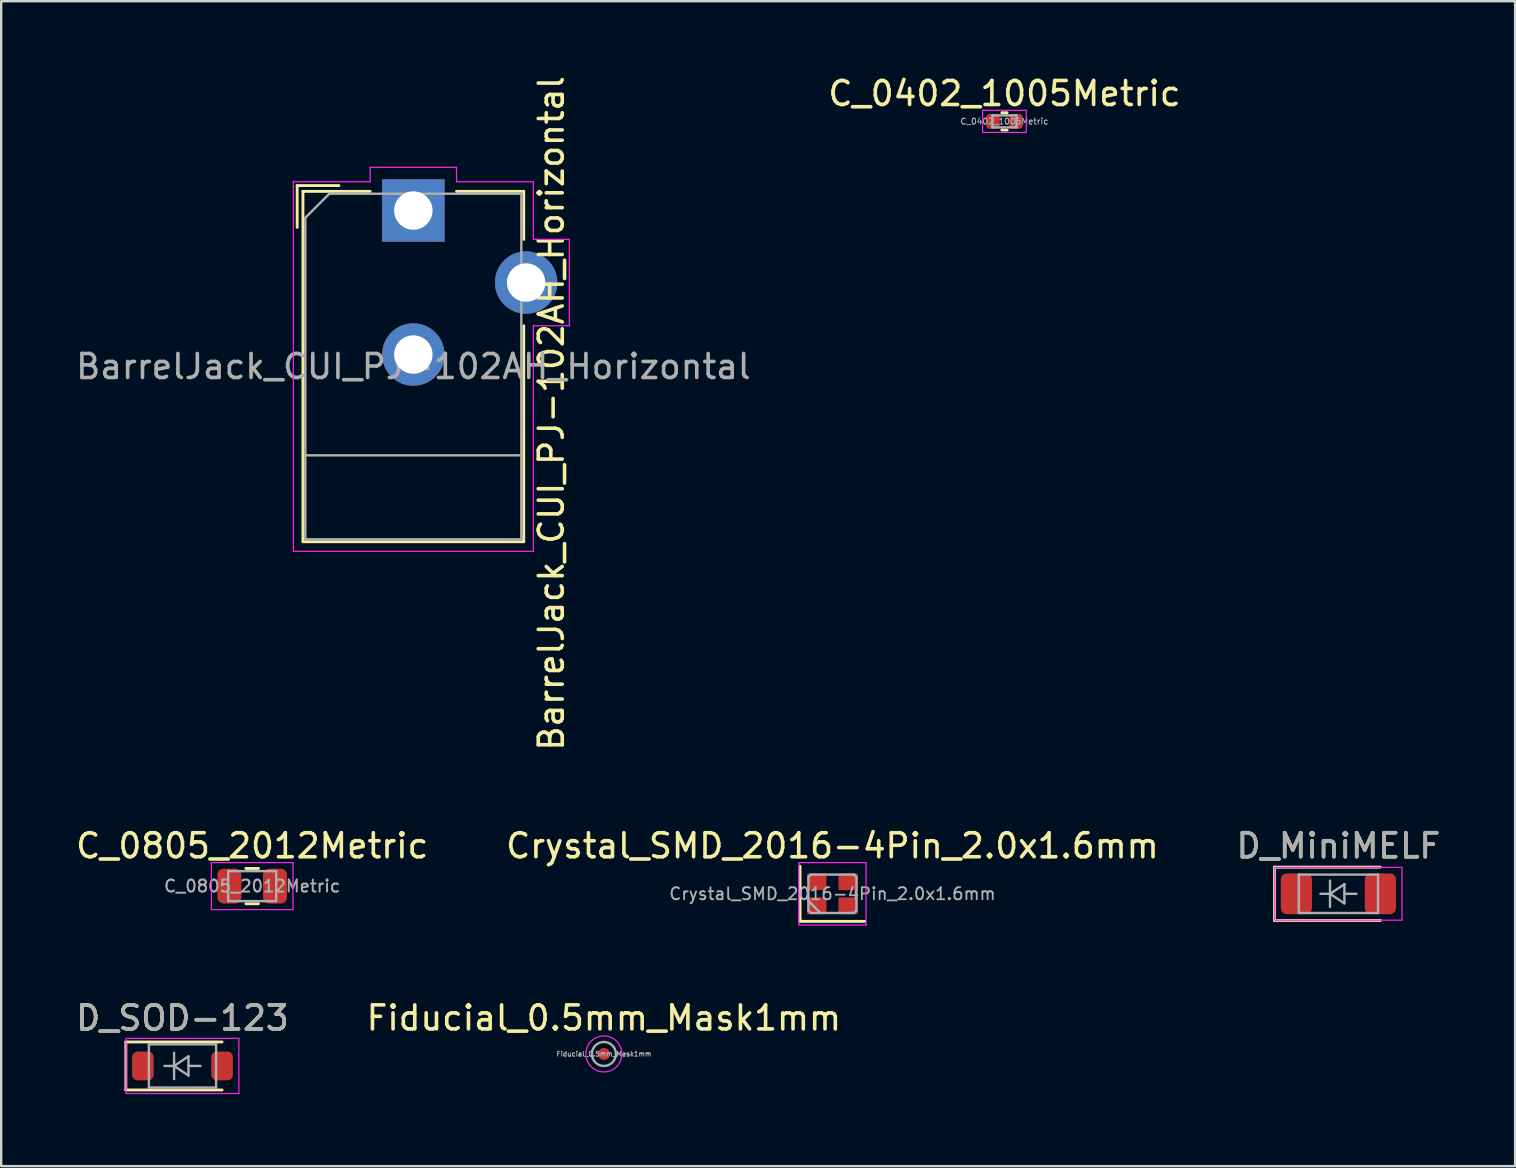
<source format=kicad_pcb>
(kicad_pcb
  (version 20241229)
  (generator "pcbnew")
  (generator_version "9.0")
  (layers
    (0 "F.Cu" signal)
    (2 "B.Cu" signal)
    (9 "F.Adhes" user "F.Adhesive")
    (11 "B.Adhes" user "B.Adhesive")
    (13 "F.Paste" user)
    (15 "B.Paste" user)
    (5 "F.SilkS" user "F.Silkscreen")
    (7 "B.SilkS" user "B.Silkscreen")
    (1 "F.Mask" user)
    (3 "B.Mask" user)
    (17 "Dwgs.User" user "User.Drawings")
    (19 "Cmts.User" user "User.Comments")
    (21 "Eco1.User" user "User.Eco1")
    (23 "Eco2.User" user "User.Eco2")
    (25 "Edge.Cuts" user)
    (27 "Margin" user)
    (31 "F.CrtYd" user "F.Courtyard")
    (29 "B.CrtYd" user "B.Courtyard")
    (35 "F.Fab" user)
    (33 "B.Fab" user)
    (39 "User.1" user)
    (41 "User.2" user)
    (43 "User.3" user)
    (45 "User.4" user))
  (footprint "Crystal_SMD_2016-4Pin_2.0x1.6mm"
    (layer "F.Cu")
    (at 31.637 34.193)
    (property "Reference" "Crystal_SMD_2016-4Pin_2.0x1.6mm" (at 0 -2 0) (layer "F.SilkS") (effects (font (size 1 1) (thickness 0.15))))
    (attr smd)
    (fp_line (start -1.35 -1.15) (end -1.35 1.15) (stroke (width 0.12) (type solid)) (layer "F.SilkS"))
    (fp_line (start -1.35 1.15) (end 1.35 1.15) (stroke (width 0.12) (type solid)) (layer "F.SilkS"))
    (fp_line (start -1.4 -1.3) (end -1.4 1.3) (stroke (width 0.05) (type solid)) (layer "F.CrtYd"))
    (fp_line (start -1.4 1.3) (end 1.4 1.3) (stroke (width 0.05) (type solid)) (layer "F.CrtYd"))
    (fp_line (start 1.4 -1.3) (end -1.4 -1.3) (stroke (width 0.05) (type solid)) (layer "F.CrtYd"))
    (fp_line (start 1.4 1.3) (end 1.4 -1.3) (stroke (width 0.05) (type solid)) (layer "F.CrtYd"))
    (fp_line (start -1 -0.7) (end -0.9 -0.8) (stroke (width 0.1) (type solid)) (layer "F.Fab"))
    (fp_line (start -1 0.3) (end -0.5 0.8) (stroke (width 0.1) (type solid)) (layer "F.Fab"))
    (fp_line (start -1 0.7) (end -1 -0.7) (stroke (width 0.1) (type solid)) (layer "F.Fab"))
    (fp_line (start -0.9 -0.8) (end 0.9 -0.8) (stroke (width 0.1) (type solid)) (layer "F.Fab"))
    (fp_line (start -0.9 0.8) (end -1 0.7) (stroke (width 0.1) (type solid)) (layer "F.Fab"))
    (fp_line (start 0.9 -0.8) (end 1 -0.7) (stroke (width 0.1) (type solid)) (layer "F.Fab"))
    (fp_line (start 0.9 0.8) (end -0.9 0.8) (stroke (width 0.1) (type solid)) (layer "F.Fab"))
    (fp_line (start 1 -0.7) (end 1 0.7) (stroke (width 0.1) (type solid)) (layer "F.Fab"))
    (fp_line (start 1 0.7) (end 0.9 0.8) (stroke (width 0.1) (type solid)) (layer "F.Fab"))
    (fp_text user "${REFERENCE}" (at 0 0 0) (layer "F.Fab") (effects (font (size 0.5 0.5) (thickness 0.075))))
    (pad "1" smd rect (at -0.65 0.5) (size 0.8 0.7) (layers "F.Cu" "F.Mask" "F.Paste"))
    (pad "2" smd rect (at 0.65 0.5) (size 0.8 0.7) (layers "F.Cu" "F.Mask" "F.Paste"))
    (pad "3" smd rect (at 0.65 -0.5) (size 0.8 0.7) (layers "F.Cu" "F.Mask" "F.Paste"))
    (pad "4" smd rect (at -0.65 -0.5) (size 0.8 0.7) (layers "F.Cu" "F.Mask" "F.Paste")))
  (footprint "D_SOD-123"
    (layer "F.Cu")
    (at 4.554 41.367)
    (property "Reference" "D_SOD-123" (at 0 -2 0) (layer "F.SilkS") (effects (font (size 1 1) (thickness 0.15))))
    (attr smd)
    (fp_line (start -2.36 -1) (end -2.36 1) (stroke (width 0.12) (type solid)) (layer "F.SilkS"))
    (fp_line (start -2.36 -1) (end 1.65 -1) (stroke (width 0.12) (type solid)) (layer "F.SilkS"))
    (fp_line (start -2.36 1) (end 1.65 1) (stroke (width 0.12) (type solid)) (layer "F.SilkS"))
    (fp_line (start -2.35 -1.15) (end -2.35 1.15) (stroke (width 0.05) (type solid)) (layer "F.CrtYd"))
    (fp_line (start -2.35 -1.15) (end 2.35 -1.15) (stroke (width 0.05) (type solid)) (layer "F.CrtYd"))
    (fp_line (start 2.35 -1.15) (end 2.35 1.15) (stroke (width 0.05) (type solid)) (layer "F.CrtYd"))
    (fp_line (start 2.35 1.15) (end -2.35 1.15) (stroke (width 0.05) (type solid)) (layer "F.CrtYd"))
    (fp_line (start -1.4 -0.9) (end 1.4 -0.9) (stroke (width 0.1) (type solid)) (layer "F.Fab"))
    (fp_line (start -1.4 0.9) (end -1.4 -0.9) (stroke (width 0.1) (type solid)) (layer "F.Fab"))
    (fp_line (start -0.75 0) (end -0.35 0) (stroke (width 0.1) (type solid)) (layer "F.Fab"))
    (fp_line (start -0.35 0) (end -0.35 -0.55) (stroke (width 0.1) (type solid)) (layer "F.Fab"))
    (fp_line (start -0.35 0) (end -0.35 0.55) (stroke (width 0.1) (type solid)) (layer "F.Fab"))
    (fp_line (start -0.35 0) (end 0.25 -0.4) (stroke (width 0.1) (type solid)) (layer "F.Fab"))
    (fp_line (start 0.25 -0.4) (end 0.25 0.4) (stroke (width 0.1) (type solid)) (layer "F.Fab"))
    (fp_line (start 0.25 0) (end 0.75 0) (stroke (width 0.1) (type solid)) (layer "F.Fab"))
    (fp_line (start 0.25 0.4) (end -0.35 0) (stroke (width 0.1) (type solid)) (layer "F.Fab"))
    (fp_line (start 1.4 -0.9) (end 1.4 0.9) (stroke (width 0.1) (type solid)) (layer "F.Fab"))
    (fp_line (start 1.4 0.9) (end -1.4 0.9) (stroke (width 0.1) (type solid)) (layer "F.Fab"))
    (fp_text user "${REFERENCE}" (at 0 -2 0) (layer "F.Fab") (effects (font (size 1 1) (thickness 0.15))))
    (pad "1" smd roundrect (at -1.65 0) (size 0.9 1.2) (layers "F.Cu" "F.Mask" "F.Paste") (roundrect_rratio 0.25))
    (pad "2" smd roundrect (at 1.65 0) (size 0.9 1.2) (layers "F.Cu" "F.Mask" "F.Paste") (roundrect_rratio 0.25)))
  (footprint "C_0805_2012Metric"
    (layer "F.Cu")
    (at 7.458 33.873)
    (property "Reference" "C_0805_2012Metric" (at 0 -1.68 0) (layer "F.SilkS") (effects (font (size 1 1) (thickness 0.15))))
    (attr smd)
    (fp_line (start -0.261 -0.735) (end 0.261 -0.735) (stroke (width 0.12) (type solid)) (layer "F.SilkS"))
    (fp_line (start -0.261 0.735) (end 0.261 0.735) (stroke (width 0.12) (type solid)) (layer "F.SilkS"))
    (fp_line (start -1.7 -0.98) (end 1.7 -0.98) (stroke (width 0.05) (type solid)) (layer "F.CrtYd"))
    (fp_line (start -1.7 0.98) (end -1.7 -0.98) (stroke (width 0.05) (type solid)) (layer "F.CrtYd"))
    (fp_line (start 1.7 -0.98) (end 1.7 0.98) (stroke (width 0.05) (type solid)) (layer "F.CrtYd"))
    (fp_line (start 1.7 0.98) (end -1.7 0.98) (stroke (width 0.05) (type solid)) (layer "F.CrtYd"))
    (fp_line (start -1 -0.625) (end 1 -0.625) (stroke (width 0.1) (type solid)) (layer "F.Fab"))
    (fp_line (start -1 0.625) (end -1 -0.625) (stroke (width 0.1) (type solid)) (layer "F.Fab"))
    (fp_line (start 1 -0.625) (end 1 0.625) (stroke (width 0.1) (type solid)) (layer "F.Fab"))
    (fp_line (start 1 0.625) (end -1 0.625) (stroke (width 0.1) (type solid)) (layer "F.Fab"))
    (fp_text user "${REFERENCE}" (at 0 0 0) (layer "F.Fab") (effects (font (size 0.5 0.5) (thickness 0.08))))
    (pad "1" smd roundrect (at -0.95 0) (size 1 1.45) (layers "F.Cu" "F.Mask" "F.Paste") (roundrect_rratio 0.25))
    (pad "2" smd roundrect (at 0.95 0) (size 1 1.45) (layers "F.Cu" "F.Mask" "F.Paste") (roundrect_rratio 0.25)))
  (footprint "BarrelJack_CUI_PJ-102AH_Horizontal"
    (layer "F.Cu")
    (at 14.173 5.723)
    (property "Reference" "BarrelJack_CUI_PJ-102AH_Horizontal" (at 5.75 8.45 90) (layer "F.SilkS") (effects (font (size 1 1) (thickness 0.15))))
    (attr through_hole)
    (fp_line (start -4.84 -1.04) (end -3.1 -1.04) (stroke (width 0.12) (type solid)) (layer "F.SilkS"))
    (fp_line (start -4.84 0.7) (end -4.84 -1.04) (stroke (width 0.12) (type solid)) (layer "F.SilkS"))
    (fp_line (start -4.6 -0.8) (end -1.8 -0.8) (stroke (width 0.12) (type solid)) (layer "F.SilkS"))
    (fp_line (start -4.6 13.8) (end -4.6 -0.8) (stroke (width 0.12) (type solid)) (layer "F.SilkS"))
    (fp_line (start 1.8 -0.8) (end 4.6 -0.8) (stroke (width 0.12) (type solid)) (layer "F.SilkS"))
    (fp_line (start 4.6 -0.8) (end 4.6 1.2) (stroke (width 0.12) (type solid)) (layer "F.SilkS"))
    (fp_line (start 4.6 4.8) (end 4.6 13.8) (stroke (width 0.12) (type solid)) (layer "F.SilkS"))
    (fp_line (start 4.6 13.8) (end -4.6 13.8) (stroke (width 0.12) (type solid)) (layer "F.SilkS"))
    (fp_line (start -5 -1.2) (end -1.8 -1.2) (stroke (width 0.05) (type solid)) (layer "F.CrtYd"))
    (fp_line (start -5 14.2) (end -5 -1.2) (stroke (width 0.05) (type solid)) (layer "F.CrtYd"))
    (fp_line (start -1.8 -1.8) (end 1.8 -1.8) (stroke (width 0.05) (type solid)) (layer "F.CrtYd"))
    (fp_line (start -1.8 -1.2) (end -1.8 -1.8) (stroke (width 0.05) (type solid)) (layer "F.CrtYd"))
    (fp_line (start 1.8 -1.8) (end 1.8 -1.2) (stroke (width 0.05) (type solid)) (layer "F.CrtYd"))
    (fp_line (start 1.8 -1.2) (end 5 -1.2) (stroke (width 0.05) (type solid)) (layer "F.CrtYd"))
    (fp_line (start 5 -1.2) (end 5 1.2) (stroke (width 0.05) (type solid)) (layer "F.CrtYd"))
    (fp_line (start 5 1.2) (end 6.5 1.2) (stroke (width 0.05) (type solid)) (layer "F.CrtYd"))
    (fp_line (start 5 4.8) (end 5 14.2) (stroke (width 0.05) (type solid)) (layer "F.CrtYd"))
    (fp_line (start 5 14.2) (end -5 14.2) (stroke (width 0.05) (type solid)) (layer "F.CrtYd"))
    (fp_line (start 6.5 1.2) (end 6.5 4.8) (stroke (width 0.05) (type solid)) (layer "F.CrtYd"))
    (fp_line (start 6.5 4.8) (end 5 4.8) (stroke (width 0.05) (type solid)) (layer "F.CrtYd"))
    (fp_line (start -4.5 0.3) (end -3.5 -0.7) (stroke (width 0.1) (type solid)) (layer "F.Fab"))
    (fp_line (start -4.5 10.2) (end 4.5 10.2) (stroke (width 0.1) (type solid)) (layer "F.Fab"))
    (fp_line (start -4.5 13.7) (end -4.5 0.3) (stroke (width 0.1) (type solid)) (layer "F.Fab"))
    (fp_line (start -3.5 -0.7) (end 4.5 -0.7) (stroke (width 0.1) (type solid)) (layer "F.Fab"))
    (fp_line (start 4.5 -0.7) (end 4.5 13.7) (stroke (width 0.1) (type solid)) (layer "F.Fab"))
    (fp_line (start 4.5 13.7) (end -4.5 13.7) (stroke (width 0.1) (type solid)) (layer "F.Fab"))
    (fp_text user "${REFERENCE}" (at 0 6.5 0) (layer "F.Fab") (effects (font (size 1 1) (thickness 0.15))))
    (pad "1" thru_hole rect (at 0 0) (size 2.6 2.6) (drill 1.6) (layers "*.Cu" "*.Mask"))
    (pad "2" thru_hole circle (at 0 6) (size 2.6 2.6) (drill 1.6) (layers "*.Cu" "*.Mask"))
    (pad "3" thru_hole circle (at 4.7 3) (size 2.6 2.6) (drill 1.6) (layers "*.Cu" "*.Mask")))
  (footprint "D_MiniMELF"
    (layer "F.Cu")
    (at 52.72 34.193)
    (property "Reference" "D_MiniMELF" (at 0 -2 0) (layer "F.SilkS") (effects (font (size 1 1) (thickness 0.15))))
    (attr smd)
    (fp_line (start -2.66 -1.11) (end -2.66 1.11) (stroke (width 0.12) (type solid)) (layer "F.SilkS"))
    (fp_line (start -2.66 1.11) (end 1.75 1.11) (stroke (width 0.12) (type solid)) (layer "F.SilkS"))
    (fp_line (start 1.75 -1.11) (end -2.66 -1.11) (stroke (width 0.12) (type solid)) (layer "F.SilkS"))
    (fp_line (start -2.65 -1.1) (end 2.65 -1.1) (stroke (width 0.05) (type solid)) (layer "F.CrtYd"))
    (fp_line (start -2.65 1.1) (end -2.65 -1.1) (stroke (width 0.05) (type solid)) (layer "F.CrtYd"))
    (fp_line (start 2.65 -1.1) (end 2.65 1.1) (stroke (width 0.05) (type solid)) (layer "F.CrtYd"))
    (fp_line (start 2.65 1.1) (end -2.65 1.1) (stroke (width 0.05) (type solid)) (layer "F.CrtYd"))
    (fp_line (start -1.65 -0.8) (end 1.65 -0.8) (stroke (width 0.1) (type solid)) (layer "F.Fab"))
    (fp_line (start -1.65 0.8) (end -1.65 -0.8) (stroke (width 0.1) (type solid)) (layer "F.Fab"))
    (fp_line (start -0.75 0) (end -0.35 0) (stroke (width 0.1) (type solid)) (layer "F.Fab"))
    (fp_line (start -0.35 0) (end -0.35 -0.55) (stroke (width 0.1) (type solid)) (layer "F.Fab"))
    (fp_line (start -0.35 0) (end -0.35 0.55) (stroke (width 0.1) (type solid)) (layer "F.Fab"))
    (fp_line (start -0.35 0) (end 0.25 -0.4) (stroke (width 0.1) (type solid)) (layer "F.Fab"))
    (fp_line (start 0.25 -0.4) (end 0.25 0.4) (stroke (width 0.1) (type solid)) (layer "F.Fab"))
    (fp_line (start 0.25 0) (end 0.75 0) (stroke (width 0.1) (type solid)) (layer "F.Fab"))
    (fp_line (start 0.25 0.4) (end -0.35 0) (stroke (width 0.1) (type solid)) (layer "F.Fab"))
    (fp_line (start 1.65 -0.8) (end 1.65 0.8) (stroke (width 0.1) (type solid)) (layer "F.Fab"))
    (fp_line (start 1.65 0.8) (end -1.65 0.8) (stroke (width 0.1) (type solid)) (layer "F.Fab"))
    (fp_text user "${REFERENCE}" (at 0 -2 0) (layer "F.Fab") (effects (font (size 1 1) (thickness 0.15))))
    (pad "1" smd roundrect (at -1.75 0) (size 1.3 1.7) (layers "F.Cu" "F.Mask" "F.Paste") (roundrect_rratio 0.192))
    (pad "2" smd roundrect (at 1.75 0) (size 1.3 1.7) (layers "F.Cu" "F.Mask" "F.Paste") (roundrect_rratio 0.192)))
  (footprint "Fiducial_0.5mm_Mask1mm"
    (layer "F.Cu")
    (at 22.113 40.867)
    (property "Reference" "Fiducial_0.5mm_Mask1mm" (at 0 -1.5 0) (layer "F.SilkS") (effects (font (size 1 1) (thickness 0.15))))
    (attr smd)
    (fp_circle (center 0 0) (end 0.75 0) (stroke (width 0.05) (type solid)) (fill no) (layer "F.CrtYd"))
    (fp_circle (center 0 0) (end 0.5 0) (stroke (width 0.1) (type solid)) (fill no) (layer "F.Fab"))
    (fp_text user "${REFERENCE}" (at 0 0 0) (layer "F.Fab") (effects (font (size 0.2 0.2) (thickness 0.04))))
    (pad "" smd circle (at 0 0) (size 0.5 0.5) (layers "F.Cu" "F.Mask")))
  (footprint "C_0402_1005Metric"
    (layer "F.Cu")
    (at 38.804 2.008)
    (property "Reference" "C_0402_1005Metric" (at 0 -1.16 0) (layer "F.SilkS") (effects (font (size 1 1) (thickness 0.15))))
    (attr smd)
    (fp_line (start -0.108 -0.36) (end 0.108 -0.36) (stroke (width 0.12) (type solid)) (layer "F.SilkS"))
    (fp_line (start -0.108 0.36) (end 0.108 0.36) (stroke (width 0.12) (type solid)) (layer "F.SilkS"))
    (fp_line (start -0.91 -0.46) (end 0.91 -0.46) (stroke (width 0.05) (type solid)) (layer "F.CrtYd"))
    (fp_line (start -0.91 0.46) (end -0.91 -0.46) (stroke (width 0.05) (type solid)) (layer "F.CrtYd"))
    (fp_line (start 0.91 -0.46) (end 0.91 0.46) (stroke (width 0.05) (type solid)) (layer "F.CrtYd"))
    (fp_line (start 0.91 0.46) (end -0.91 0.46) (stroke (width 0.05) (type solid)) (layer "F.CrtYd"))
    (fp_line (start -0.5 -0.25) (end 0.5 -0.25) (stroke (width 0.1) (type solid)) (layer "F.Fab"))
    (fp_line (start -0.5 0.25) (end -0.5 -0.25) (stroke (width 0.1) (type solid)) (layer "F.Fab"))
    (fp_line (start 0.5 -0.25) (end 0.5 0.25) (stroke (width 0.1) (type solid)) (layer "F.Fab"))
    (fp_line (start 0.5 0.25) (end -0.5 0.25) (stroke (width 0.1) (type solid)) (layer "F.Fab"))
    (fp_text user "${REFERENCE}" (at 0 0 0) (layer "F.Fab") (effects (font (size 0.25 0.25) (thickness 0.04))))
    (pad "1" smd roundrect (at -0.48 0) (size 0.56 0.62) (layers "F.Cu" "F.Mask" "F.Paste") (roundrect_rratio 0.25))
    (pad "2" smd roundrect (at 0.48 0) (size 0.56 0.62) (layers "F.Cu" "F.Mask" "F.Paste") (roundrect_rratio 0.25)))
  (gr_rect
    (start -3 -3)
    (end 60.083 45.542)
    (stroke (width 0.1) (type default))
    (fill no)
    (layer "Edge.Cuts")))
</source>
